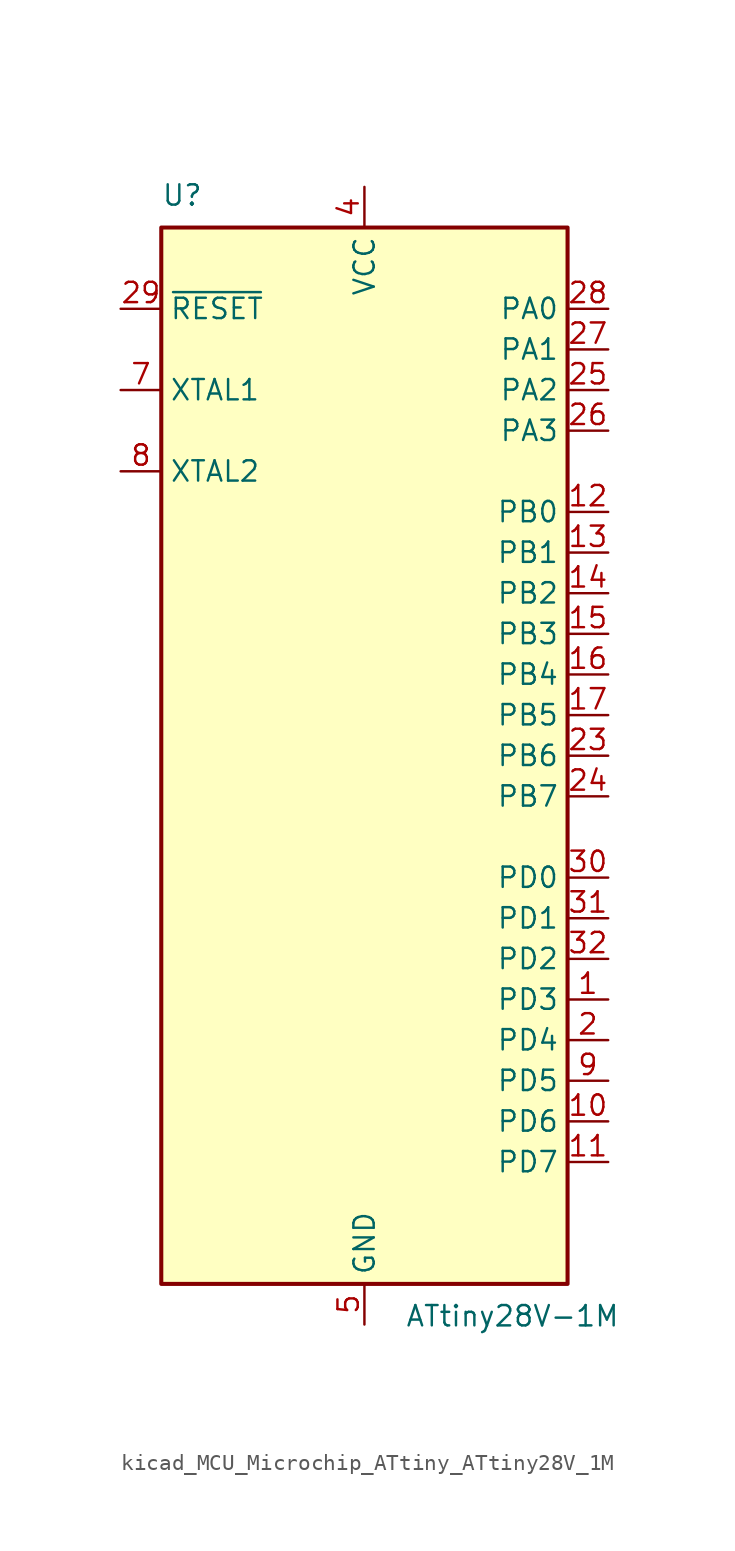
<source format=kicad_sym>
(kicad_symbol_lib
  (version 20220914)
  (generator kicad_symbol_editor)
  (symbol "kicad_MCU_Microchip_ATtiny_ATtiny28V_1M"
    (property "Reference" "U"
      (at -12.7 34.29 0)
      (effects (font (size 1.27 1.27)) (justify left bottom)))
    (property "Value" "ATtiny28V-1M"
      (at 2.54 -34.29 0)
      (effects (font (size 1.27 1.27)) (justify left top)))
    (symbol "kicad_MCU_Microchip_ATtiny_ATtiny28V_1M_0_1"
      (rectangle (start -12.7 -33.02) (end 12.7 33.02) (stroke (width 0.254) (type default)) (fill (type background))))
    (symbol "kicad_MCU_Microchip_ATtiny_ATtiny28V_1M_1_1"
      (pin bidirectional line (at 15.24 -15.24 180) (length 2.54) (name "PD3" (effects (font (size 1.27 1.27)))) (number "1" (effects (font (size 1.27 1.27)))))
      (pin bidirectional line (at 15.24 -22.86 180) (length 2.54) (name "PD6" (effects (font (size 1.27 1.27)))) (number "10" (effects (font (size 1.27 1.27)))))
      (pin bidirectional line (at 15.24 -25.4 180) (length 2.54) (name "PD7" (effects (font (size 1.27 1.27)))) (number "11" (effects (font (size 1.27 1.27)))))
      (pin bidirectional line (at 15.24 15.24 180) (length 2.54) (name "PB0" (effects (font (size 1.27 1.27)))) (number "12" (effects (font (size 1.27 1.27)))))
      (pin bidirectional line (at 15.24 12.7 180) (length 2.54) (name "PB1" (effects (font (size 1.27 1.27)))) (number "13" (effects (font (size 1.27 1.27)))))
      (pin bidirectional line (at 15.24 10.16 180) (length 2.54) (name "PB2" (effects (font (size 1.27 1.27)))) (number "14" (effects (font (size 1.27 1.27)))))
      (pin bidirectional line (at 15.24 7.62 180) (length 2.54) (name "PB3" (effects (font (size 1.27 1.27)))) (number "15" (effects (font (size 1.27 1.27)))))
      (pin bidirectional line (at 15.24 5.08 180) (length 2.54) (name "PB4" (effects (font (size 1.27 1.27)))) (number "16" (effects (font (size 1.27 1.27)))))
      (pin bidirectional line (at 15.24 2.54 180) (length 2.54) (name "PB5" (effects (font (size 1.27 1.27)))) (number "17" (effects (font (size 1.27 1.27)))))
      (pin passive line (at 0 35.56 270) (length 2.54) hide (name "VCC" (effects (font (size 1.27 1.27)))) (number "18" (effects (font (size 1.27 1.27)))))
      (pin no_connect line (at -12.7 -25.4 0) (length 2.54) hide (name "NC" (effects (font (size 1.27 1.27)))) (number "19" (effects (font (size 1.27 1.27)))))
      (pin bidirectional line (at 15.24 -17.78 180) (length 2.54) (name "PD4" (effects (font (size 1.27 1.27)))) (number "2" (effects (font (size 1.27 1.27)))))
      (pin no_connect line (at -12.7 -27.94 0) (length 2.54) hide (name "NC" (effects (font (size 1.27 1.27)))) (number "20" (effects (font (size 1.27 1.27)))))
      (pin passive line (at 0 -35.56 90) (length 2.54) hide (name "GND" (effects (font (size 1.27 1.27)))) (number "21" (effects (font (size 1.27 1.27)))))
      (pin no_connect line (at -12.7 -30.48 0) (length 2.54) hide (name "NC" (effects (font (size 1.27 1.27)))) (number "22" (effects (font (size 1.27 1.27)))))
      (pin bidirectional line (at 15.24 0 180) (length 2.54) (name "PB6" (effects (font (size 1.27 1.27)))) (number "23" (effects (font (size 1.27 1.27)))))
      (pin bidirectional line (at 15.24 -2.54 180) (length 2.54) (name "PB7" (effects (font (size 1.27 1.27)))) (number "24" (effects (font (size 1.27 1.27)))))
      (pin bidirectional line (at 15.24 22.86 180) (length 2.54) (name "PA2" (effects (font (size 1.27 1.27)))) (number "25" (effects (font (size 1.27 1.27)))))
      (pin bidirectional line (at 15.24 20.32 180) (length 2.54) (name "PA3" (effects (font (size 1.27 1.27)))) (number "26" (effects (font (size 1.27 1.27)))))
      (pin bidirectional line (at 15.24 25.4 180) (length 2.54) (name "PA1" (effects (font (size 1.27 1.27)))) (number "27" (effects (font (size 1.27 1.27)))))
      (pin bidirectional line (at 15.24 27.94 180) (length 2.54) (name "PA0" (effects (font (size 1.27 1.27)))) (number "28" (effects (font (size 1.27 1.27)))))
      (pin input line (at -15.24 27.94 0) (length 2.54) (name "~{RESET}" (effects (font (size 1.27 1.27)))) (number "29" (effects (font (size 1.27 1.27)))))
      (pin no_connect line (at -12.7 -20.32 0) (length 2.54) hide (name "NC" (effects (font (size 1.27 1.27)))) (number "3" (effects (font (size 1.27 1.27)))))
      (pin bidirectional line (at 15.24 -7.62 180) (length 2.54) (name "PD0" (effects (font (size 1.27 1.27)))) (number "30" (effects (font (size 1.27 1.27)))))
      (pin bidirectional line (at 15.24 -10.16 180) (length 2.54) (name "PD1" (effects (font (size 1.27 1.27)))) (number "31" (effects (font (size 1.27 1.27)))))
      (pin bidirectional line (at 15.24 -12.7 180) (length 2.54) (name "PD2" (effects (font (size 1.27 1.27)))) (number "32" (effects (font (size 1.27 1.27)))))
      (pin passive line (at 0 -35.56 90) (length 2.54) hide (name "GND" (effects (font (size 1.27 1.27)))) (number "33" (effects (font (size 1.27 1.27)))))
      (pin power_in line (at 0 35.56 270) (length 2.54) (name "VCC" (effects (font (size 1.27 1.27)))) (number "4" (effects (font (size 1.27 1.27)))))
      (pin power_in line (at 0 -35.56 90) (length 2.54) (name "GND" (effects (font (size 1.27 1.27)))) (number "5" (effects (font (size 1.27 1.27)))))
      (pin no_connect line (at -12.7 -22.86 0) (length 2.54) hide (name "NC" (effects (font (size 1.27 1.27)))) (number "6" (effects (font (size 1.27 1.27)))))
      (pin input line (at -15.24 22.86 0) (length 2.54) (name "XTAL1" (effects (font (size 1.27 1.27)))) (number "7" (effects (font (size 1.27 1.27)))))
      (pin output line (at -15.24 17.78 0) (length 2.54) (name "XTAL2" (effects (font (size 1.27 1.27)))) (number "8" (effects (font (size 1.27 1.27)))))
      (pin bidirectional line (at 15.24 -20.32 180) (length 2.54) (name "PD5" (effects (font (size 1.27 1.27)))) (number "9" (effects (font (size 1.27 1.27))))))))
</source>
